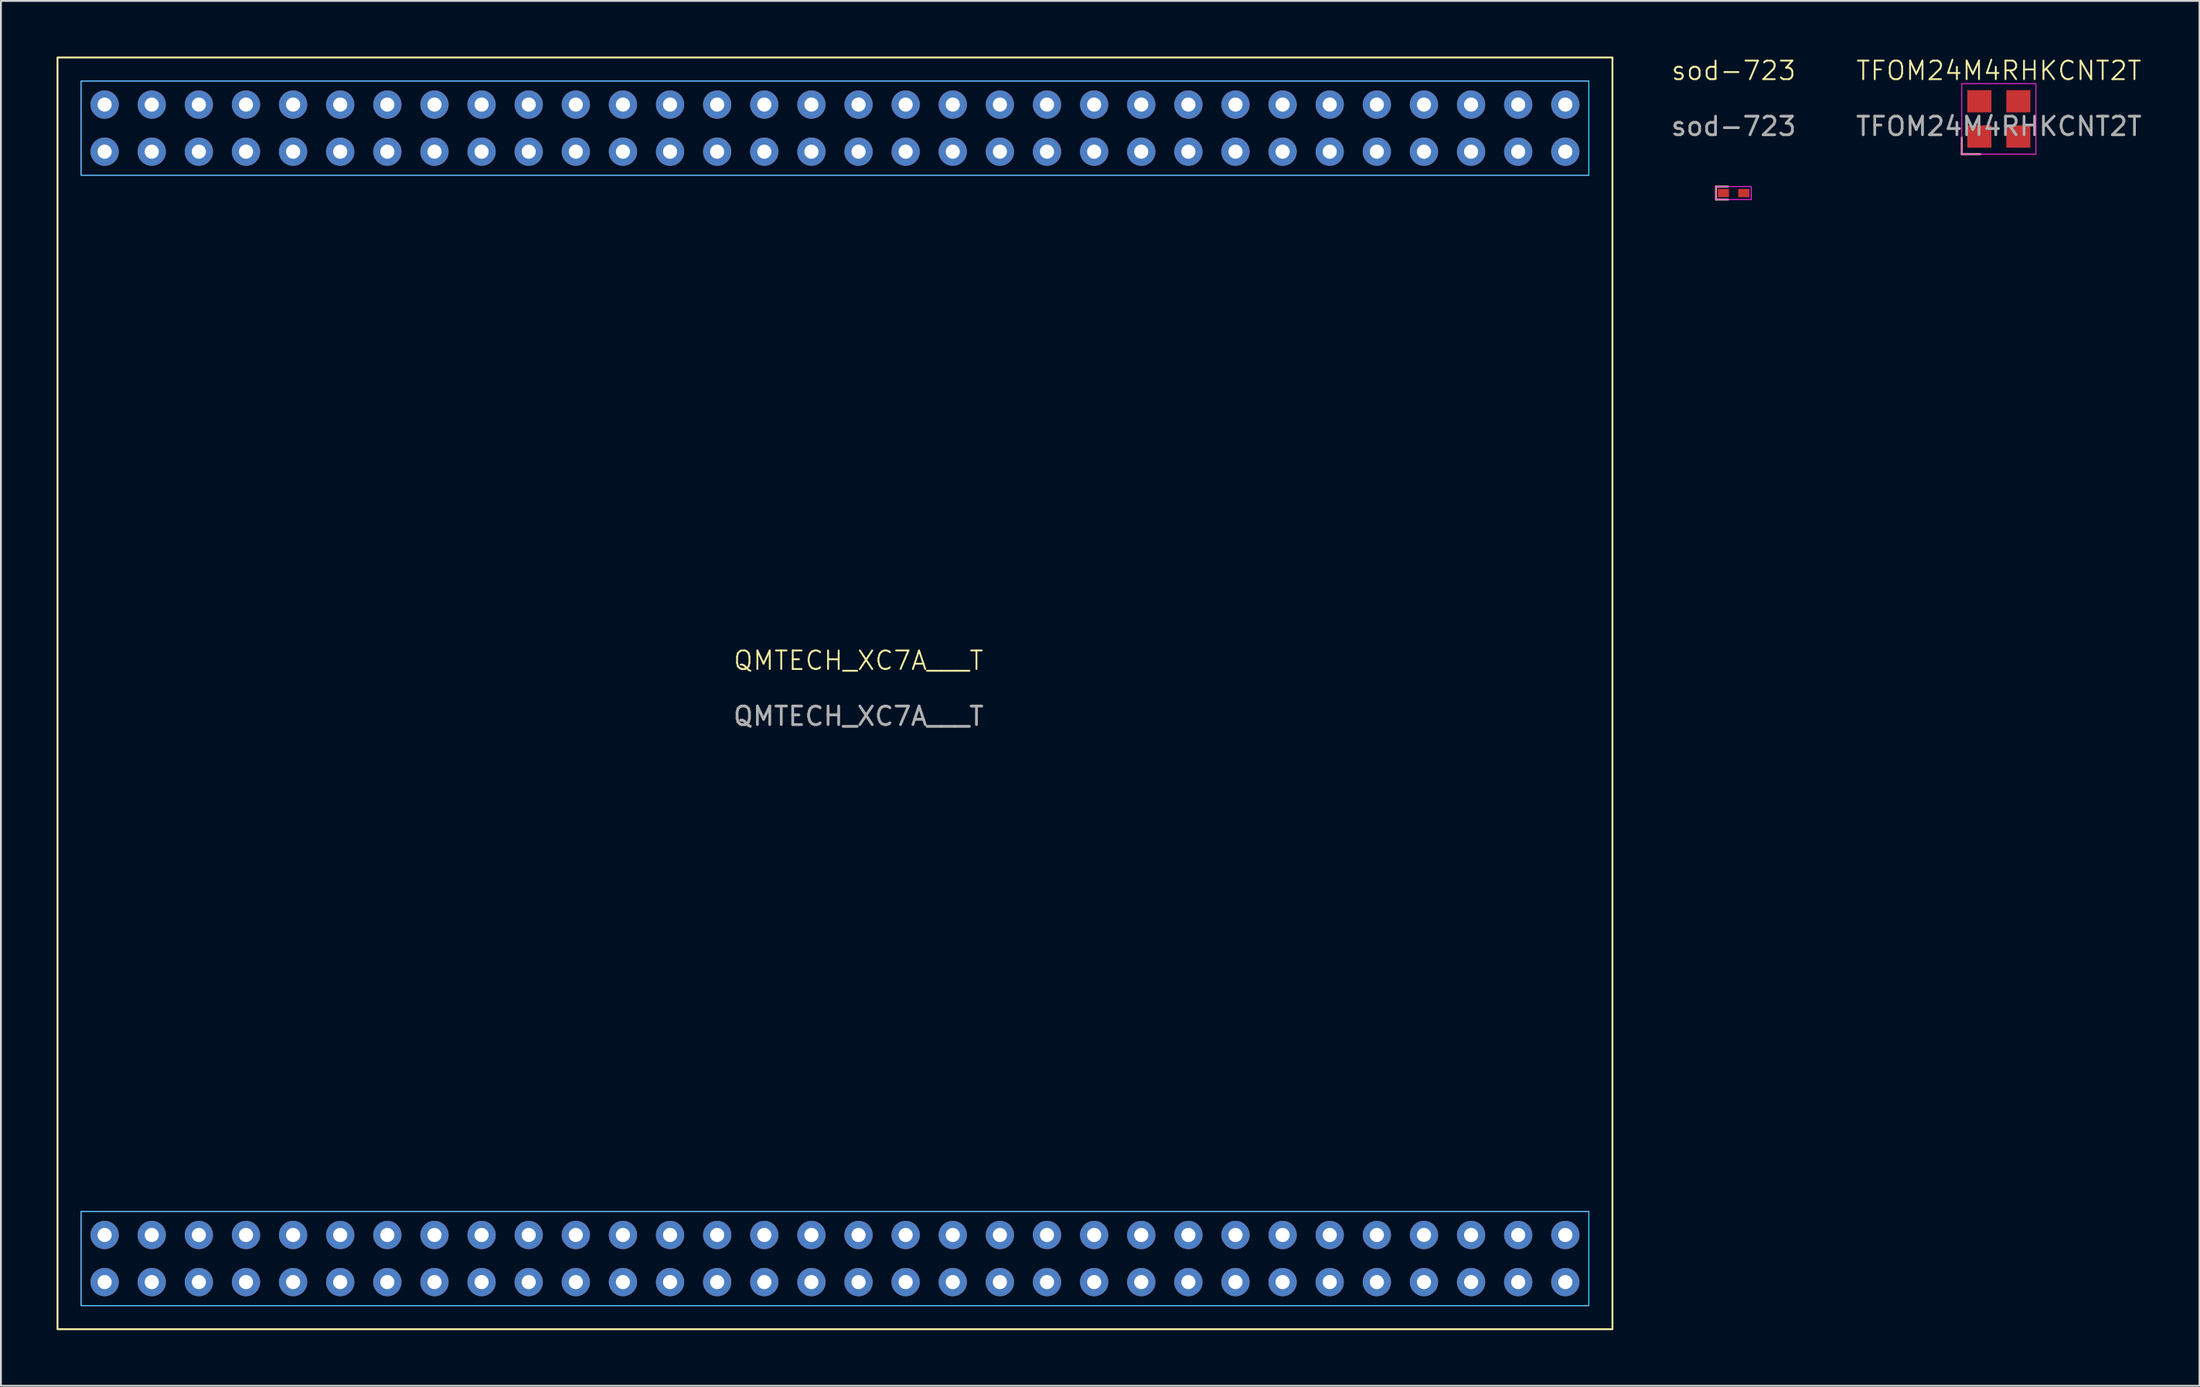
<source format=kicad_pcb>
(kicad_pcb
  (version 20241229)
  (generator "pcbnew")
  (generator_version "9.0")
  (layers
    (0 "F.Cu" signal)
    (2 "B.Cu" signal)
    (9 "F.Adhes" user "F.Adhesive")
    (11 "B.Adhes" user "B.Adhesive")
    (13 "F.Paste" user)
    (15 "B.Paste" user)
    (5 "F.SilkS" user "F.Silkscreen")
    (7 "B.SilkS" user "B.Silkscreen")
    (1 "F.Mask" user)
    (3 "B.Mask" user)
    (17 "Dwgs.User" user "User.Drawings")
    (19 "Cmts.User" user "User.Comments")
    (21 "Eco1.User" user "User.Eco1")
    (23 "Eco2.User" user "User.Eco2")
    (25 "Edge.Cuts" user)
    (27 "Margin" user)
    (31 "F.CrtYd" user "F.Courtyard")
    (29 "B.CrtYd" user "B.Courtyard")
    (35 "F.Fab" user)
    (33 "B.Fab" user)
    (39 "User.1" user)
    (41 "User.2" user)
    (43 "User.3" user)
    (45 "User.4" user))
  (footprint "TFOM24M4RHKCNT2T"
    (layer "F.Cu")
    (at 104.7 3.361)
    (property "Reference" "TFOM24M4RHKCNT2T" (at 0 -2.6 0) (unlocked yes) (layer "F.SilkS") (effects (font (size 1 1) (thickness 0.1))))
    (attr smd)
    (fp_line (start -2 1) (end -2 1.9) (stroke (width 0.1) (type default)) (layer "F.SilkS"))
    (fp_line (start -2 1.9) (end -1 1.9) (stroke (width 0.1) (type default)) (layer "F.SilkS"))
    (fp_rect (start -2 -1.9) (end 2 1.9) (stroke (width 0.05) (type default)) (fill no) (layer "F.CrtYd"))
    (fp_text user "${REFERENCE}" (at 0 0.4 0) (unlocked yes) (layer "F.Fab") (effects (font (size 1 1) (thickness 0.15))))
    (pad "1" smd rect (at -1.05 0.95) (size 1.3 1.2) (layers "F.Cu" "F.Mask" "F.Paste"))
    (pad "2" smd rect (at 1.05 0.95) (size 1.3 1.2) (layers "F.Cu" "F.Mask" "F.Paste"))
    (pad "3" smd rect (at 1.05 -0.95) (size 1.3 1.2) (layers "F.Cu" "F.Mask" "F.Paste"))
    (pad "4" smd rect (at -1.05 -0.95) (size 1.3 1.2) (layers "F.Cu" "F.Mask" "F.Paste")))
  (footprint "QMTECH_XC7A___T"
    (layer "F.Cu")
    (at 43.23 33.07)
    (property "Reference" "QMTECH_XC7A___T" (at 0 -0.5 0) (unlocked yes) (layer "F.SilkS") (effects (font (size 1 1) (thickness 0.1))))
    (attr through_hole)
    (fp_rect (start -43.18 -33.02) (end 40.64 35.56) (stroke (width 0.1) (type default)) (fill no) (layer "F.SilkS"))
    (fp_rect (start -41.91 -31.75) (end 39.37 -26.67) (stroke (width 0.05) (type default)) (fill no) (layer "B.CrtYd"))
    (fp_rect (start -41.91 29.21) (end 39.37 34.29) (stroke (width 0.05) (type default)) (fill no) (layer "B.CrtYd"))
    (fp_rect (start -41.91 -31.75) (end 39.37 -26.67) (stroke (width 0.05) (type default)) (fill no) (layer "F.CrtYd"))
    (fp_rect (start -41.91 29.21) (end 39.37 34.29) (stroke (width 0.05) (type default)) (fill no) (layer "F.CrtYd"))
    (fp_text user "${REFERENCE}" (at 0 2.5 0) (unlocked yes) (layer "F.Fab") (effects (font (size 1 1) (thickness 0.15))))
    (pad "1" thru_hole circle (at -40.64 -27.94) (size 1.524 1.524) (drill 0.762) (layers "*.Cu" "*.Mask"))
    (pad "2" thru_hole circle (at -40.64 -30.48) (size 1.524 1.524) (drill 0.762) (layers "*.Cu" "*.Mask"))
    (pad "3" thru_hole circle (at -38.1 -27.94) (size 1.524 1.524) (drill 0.762) (layers "*.Cu" "*.Mask"))
    (pad "4" thru_hole circle (at -38.1 -30.48) (size 1.524 1.524) (drill 0.762) (layers "*.Cu" "*.Mask"))
    (pad "5" thru_hole circle (at -35.56 -27.94) (size 1.524 1.524) (drill 0.762) (layers "*.Cu" "*.Mask"))
    (pad "6" thru_hole circle (at -35.56 -30.48) (size 1.524 1.524) (drill 0.762) (layers "*.Cu" "*.Mask"))
    (pad "7" thru_hole circle (at -33.02 -27.94) (size 1.524 1.524) (drill 0.762) (layers "*.Cu" "*.Mask"))
    (pad "8" thru_hole circle (at -33.02 -30.48) (size 1.524 1.524) (drill 0.762) (layers "*.Cu" "*.Mask"))
    (pad "9" thru_hole circle (at -30.48 -27.94) (size 1.524 1.524) (drill 0.762) (layers "*.Cu" "*.Mask"))
    (pad "10" thru_hole circle (at -30.48 -30.48) (size 1.524 1.524) (drill 0.762) (layers "*.Cu" "*.Mask"))
    (pad "11" thru_hole circle (at -27.94 -27.94) (size 1.524 1.524) (drill 0.762) (layers "*.Cu" "*.Mask"))
    (pad "12" thru_hole circle (at -27.94 -30.48) (size 1.524 1.524) (drill 0.762) (layers "*.Cu" "*.Mask"))
    (pad "13" thru_hole circle (at -25.4 -27.94) (size 1.524 1.524) (drill 0.762) (layers "*.Cu" "*.Mask"))
    (pad "14" thru_hole circle (at -25.4 -30.48) (size 1.524 1.524) (drill 0.762) (layers "*.Cu" "*.Mask"))
    (pad "15" thru_hole circle (at -22.86 -27.94) (size 1.524 1.524) (drill 0.762) (layers "*.Cu" "*.Mask"))
    (pad "16" thru_hole circle (at -22.86 -30.48) (size 1.524 1.524) (drill 0.762) (layers "*.Cu" "*.Mask"))
    (pad "17" thru_hole circle (at -20.32 -27.94) (size 1.524 1.524) (drill 0.762) (layers "*.Cu" "*.Mask"))
    (pad "18" thru_hole circle (at -20.32 -30.48) (size 1.524 1.524) (drill 0.762) (layers "*.Cu" "*.Mask"))
    (pad "19" thru_hole circle (at -17.78 -27.94) (size 1.524 1.524) (drill 0.762) (layers "*.Cu" "*.Mask"))
    (pad "20" thru_hole circle (at -17.78 -30.48) (size 1.524 1.524) (drill 0.762) (layers "*.Cu" "*.Mask"))
    (pad "21" thru_hole circle (at -15.24 -27.94) (size 1.524 1.524) (drill 0.762) (layers "*.Cu" "*.Mask"))
    (pad "22" thru_hole circle (at -15.24 -30.48) (size 1.524 1.524) (drill 0.762) (layers "*.Cu" "*.Mask"))
    (pad "23" thru_hole circle (at -12.7 -27.94) (size 1.524 1.524) (drill 0.762) (layers "*.Cu" "*.Mask"))
    (pad "24" thru_hole circle (at -12.7 -30.48) (size 1.524 1.524) (drill 0.762) (layers "*.Cu" "*.Mask"))
    (pad "25" thru_hole circle (at -10.16 -27.94) (size 1.524 1.524) (drill 0.762) (layers "*.Cu" "*.Mask"))
    (pad "26" thru_hole circle (at -10.16 -30.48) (size 1.524 1.524) (drill 0.762) (layers "*.Cu" "*.Mask"))
    (pad "27" thru_hole circle (at -7.62 -27.94) (size 1.524 1.524) (drill 0.762) (layers "*.Cu" "*.Mask"))
    (pad "28" thru_hole circle (at -7.62 -30.48) (size 1.524 1.524) (drill 0.762) (layers "*.Cu" "*.Mask"))
    (pad "29" thru_hole circle (at -5.08 -27.94) (size 1.524 1.524) (drill 0.762) (layers "*.Cu" "*.Mask"))
    (pad "30" thru_hole circle (at -5.08 -30.48) (size 1.524 1.524) (drill 0.762) (layers "*.Cu" "*.Mask"))
    (pad "31" thru_hole circle (at -2.54 -27.94) (size 1.524 1.524) (drill 0.762) (layers "*.Cu" "*.Mask"))
    (pad "32" thru_hole circle (at -2.54 -30.48) (size 1.524 1.524) (drill 0.762) (layers "*.Cu" "*.Mask"))
    (pad "33" thru_hole circle (at 0 -27.94) (size 1.524 1.524) (drill 0.762) (layers "*.Cu" "*.Mask"))
    (pad "34" thru_hole circle (at 0 -30.48) (size 1.524 1.524) (drill 0.762) (layers "*.Cu" "*.Mask"))
    (pad "35" thru_hole circle (at 2.54 -27.94) (size 1.524 1.524) (drill 0.762) (layers "*.Cu" "*.Mask"))
    (pad "36" thru_hole circle (at 2.54 -30.48) (size 1.524 1.524) (drill 0.762) (layers "*.Cu" "*.Mask"))
    (pad "37" thru_hole circle (at 5.08 -27.94) (size 1.524 1.524) (drill 0.762) (layers "*.Cu" "*.Mask"))
    (pad "38" thru_hole circle (at 5.08 -30.48) (size 1.524 1.524) (drill 0.762) (layers "*.Cu" "*.Mask"))
    (pad "39" thru_hole circle (at 7.62 -27.94) (size 1.524 1.524) (drill 0.762) (layers "*.Cu" "*.Mask"))
    (pad "40" thru_hole circle (at 7.62 -30.48) (size 1.524 1.524) (drill 0.762) (layers "*.Cu" "*.Mask"))
    (pad "41" thru_hole circle (at 10.16 -27.94) (size 1.524 1.524) (drill 0.762) (layers "*.Cu" "*.Mask"))
    (pad "42" thru_hole circle (at 10.16 -30.48) (size 1.524 1.524) (drill 0.762) (layers "*.Cu" "*.Mask"))
    (pad "43" thru_hole circle (at 12.7 -27.94) (size 1.524 1.524) (drill 0.762) (layers "*.Cu" "*.Mask"))
    (pad "44" thru_hole circle (at 12.7 -30.48) (size 1.524 1.524) (drill 0.762) (layers "*.Cu" "*.Mask"))
    (pad "45" thru_hole circle (at 15.24 -27.94) (size 1.524 1.524) (drill 0.762) (layers "*.Cu" "*.Mask"))
    (pad "46" thru_hole circle (at 15.24 -30.48) (size 1.524 1.524) (drill 0.762) (layers "*.Cu" "*.Mask"))
    (pad "47" thru_hole circle (at 17.78 -27.94) (size 1.524 1.524) (drill 0.762) (layers "*.Cu" "*.Mask"))
    (pad "48" thru_hole circle (at 17.78 -30.48) (size 1.524 1.524) (drill 0.762) (layers "*.Cu" "*.Mask"))
    (pad "49" thru_hole circle (at 20.32 -27.94) (size 1.524 1.524) (drill 0.762) (layers "*.Cu" "*.Mask"))
    (pad "50" thru_hole circle (at 20.32 -30.48) (size 1.524 1.524) (drill 0.762) (layers "*.Cu" "*.Mask"))
    (pad "51" thru_hole circle (at 22.86 -27.94) (size 1.524 1.524) (drill 0.762) (layers "*.Cu" "*.Mask"))
    (pad "52" thru_hole circle (at 22.86 -30.48) (size 1.524 1.524) (drill 0.762) (layers "*.Cu" "*.Mask"))
    (pad "53" thru_hole circle (at 25.4 -27.94) (size 1.524 1.524) (drill 0.762) (layers "*.Cu" "*.Mask"))
    (pad "54" thru_hole circle (at 25.4 -30.48) (size 1.524 1.524) (drill 0.762) (layers "*.Cu" "*.Mask"))
    (pad "55" thru_hole circle (at 27.94 -27.94) (size 1.524 1.524) (drill 0.762) (layers "*.Cu" "*.Mask"))
    (pad "56" thru_hole circle (at 27.94 -30.48) (size 1.524 1.524) (drill 0.762) (layers "*.Cu" "*.Mask"))
    (pad "57" thru_hole circle (at 30.48 -27.94) (size 1.524 1.524) (drill 0.762) (layers "*.Cu" "*.Mask"))
    (pad "58" thru_hole circle (at 30.48 -30.48) (size 1.524 1.524) (drill 0.762) (layers "*.Cu" "*.Mask"))
    (pad "59" thru_hole circle (at 33.02 -27.94) (size 1.524 1.524) (drill 0.762) (layers "*.Cu" "*.Mask"))
    (pad "60" thru_hole circle (at 33.02 -30.48) (size 1.524 1.524) (drill 0.762) (layers "*.Cu" "*.Mask"))
    (pad "61" thru_hole circle (at 35.56 -27.94) (size 1.524 1.524) (drill 0.762) (layers "*.Cu" "*.Mask"))
    (pad "62" thru_hole circle (at 35.56 -30.48) (size 1.524 1.524) (drill 0.762) (layers "*.Cu" "*.Mask"))
    (pad "63" thru_hole circle (at 38.1 -27.94) (size 1.524 1.524) (drill 0.762) (layers "*.Cu" "*.Mask"))
    (pad "64" thru_hole circle (at 38.1 -30.48) (size 1.524 1.524) (drill 0.762) (layers "*.Cu" "*.Mask"))
    (pad "65" thru_hole circle (at -40.64 33.02) (size 1.524 1.524) (drill 0.762) (layers "*.Cu" "*.Mask"))
    (pad "66" thru_hole circle (at -40.64 30.48) (size 1.524 1.524) (drill 0.762) (layers "*.Cu" "*.Mask"))
    (pad "67" thru_hole circle (at -38.1 33.02) (size 1.524 1.524) (drill 0.762) (layers "*.Cu" "*.Mask"))
    (pad "68" thru_hole circle (at -38.1 30.48) (size 1.524 1.524) (drill 0.762) (layers "*.Cu" "*.Mask"))
    (pad "69" thru_hole circle (at -35.56 33.02) (size 1.524 1.524) (drill 0.762) (layers "*.Cu" "*.Mask"))
    (pad "70" thru_hole circle (at -35.56 30.48) (size 1.524 1.524) (drill 0.762) (layers "*.Cu" "*.Mask"))
    (pad "71" thru_hole circle (at -33.02 33.02) (size 1.524 1.524) (drill 0.762) (layers "*.Cu" "*.Mask"))
    (pad "72" thru_hole circle (at -33.02 30.48) (size 1.524 1.524) (drill 0.762) (layers "*.Cu" "*.Mask"))
    (pad "73" thru_hole circle (at -30.48 33.02) (size 1.524 1.524) (drill 0.762) (layers "*.Cu" "*.Mask"))
    (pad "74" thru_hole circle (at -30.48 30.48) (size 1.524 1.524) (drill 0.762) (layers "*.Cu" "*.Mask"))
    (pad "75" thru_hole circle (at -27.94 33.02) (size 1.524 1.524) (drill 0.762) (layers "*.Cu" "*.Mask"))
    (pad "76" thru_hole circle (at -27.94 30.48) (size 1.524 1.524) (drill 0.762) (layers "*.Cu" "*.Mask"))
    (pad "77" thru_hole circle (at -25.4 33.02) (size 1.524 1.524) (drill 0.762) (layers "*.Cu" "*.Mask"))
    (pad "78" thru_hole circle (at -25.4 30.48) (size 1.524 1.524) (drill 0.762) (layers "*.Cu" "*.Mask"))
    (pad "79" thru_hole circle (at -22.86 33.02) (size 1.524 1.524) (drill 0.762) (layers "*.Cu" "*.Mask"))
    (pad "80" thru_hole circle (at -22.86 30.48) (size 1.524 1.524) (drill 0.762) (layers "*.Cu" "*.Mask"))
    (pad "81" thru_hole circle (at -20.32 33.02) (size 1.524 1.524) (drill 0.762) (layers "*.Cu" "*.Mask"))
    (pad "82" thru_hole circle (at -20.32 30.48) (size 1.524 1.524) (drill 0.762) (layers "*.Cu" "*.Mask"))
    (pad "83" thru_hole circle (at -17.78 33.02) (size 1.524 1.524) (drill 0.762) (layers "*.Cu" "*.Mask"))
    (pad "84" thru_hole circle (at -17.78 30.48) (size 1.524 1.524) (drill 0.762) (layers "*.Cu" "*.Mask"))
    (pad "85" thru_hole circle (at -15.24 33.02) (size 1.524 1.524) (drill 0.762) (layers "*.Cu" "*.Mask"))
    (pad "86" thru_hole circle (at -15.24 30.48) (size 1.524 1.524) (drill 0.762) (layers "*.Cu" "*.Mask"))
    (pad "87" thru_hole circle (at -12.7 33.02) (size 1.524 1.524) (drill 0.762) (layers "*.Cu" "*.Mask"))
    (pad "88" thru_hole circle (at -12.7 30.48) (size 1.524 1.524) (drill 0.762) (layers "*.Cu" "*.Mask"))
    (pad "89" thru_hole circle (at -10.16 33.02) (size 1.524 1.524) (drill 0.762) (layers "*.Cu" "*.Mask"))
    (pad "90" thru_hole circle (at -10.16 30.48) (size 1.524 1.524) (drill 0.762) (layers "*.Cu" "*.Mask"))
    (pad "91" thru_hole circle (at -7.62 33.02) (size 1.524 1.524) (drill 0.762) (layers "*.Cu" "*.Mask"))
    (pad "92" thru_hole circle (at -7.62 30.48) (size 1.524 1.524) (drill 0.762) (layers "*.Cu" "*.Mask"))
    (pad "93" thru_hole circle (at -5.08 33.02) (size 1.524 1.524) (drill 0.762) (layers "*.Cu" "*.Mask"))
    (pad "94" thru_hole circle (at -5.08 30.48) (size 1.524 1.524) (drill 0.762) (layers "*.Cu" "*.Mask"))
    (pad "95" thru_hole circle (at -2.54 33.02) (size 1.524 1.524) (drill 0.762) (layers "*.Cu" "*.Mask"))
    (pad "96" thru_hole circle (at -2.54 30.48) (size 1.524 1.524) (drill 0.762) (layers "*.Cu" "*.Mask"))
    (pad "97" thru_hole circle (at 0 33.02) (size 1.524 1.524) (drill 0.762) (layers "*.Cu" "*.Mask"))
    (pad "98" thru_hole circle (at 0 30.48) (size 1.524 1.524) (drill 0.762) (layers "*.Cu" "*.Mask"))
    (pad "99" thru_hole circle (at 2.54 33.02) (size 1.524 1.524) (drill 0.762) (layers "*.Cu" "*.Mask"))
    (pad "100" thru_hole circle (at 2.54 30.48) (size 1.524 1.524) (drill 0.762) (layers "*.Cu" "*.Mask"))
    (pad "101" thru_hole circle (at 5.08 33.02) (size 1.524 1.524) (drill 0.762) (layers "*.Cu" "*.Mask"))
    (pad "102" thru_hole circle (at 5.08 30.48) (size 1.524 1.524) (drill 0.762) (layers "*.Cu" "*.Mask"))
    (pad "103" thru_hole circle (at 7.62 33.02) (size 1.524 1.524) (drill 0.762) (layers "*.Cu" "*.Mask"))
    (pad "104" thru_hole circle (at 7.62 30.48) (size 1.524 1.524) (drill 0.762) (layers "*.Cu" "*.Mask"))
    (pad "105" thru_hole circle (at 10.16 33.02) (size 1.524 1.524) (drill 0.762) (layers "*.Cu" "*.Mask"))
    (pad "106" thru_hole circle (at 10.16 30.48) (size 1.524 1.524) (drill 0.762) (layers "*.Cu" "*.Mask"))
    (pad "107" thru_hole circle (at 12.7 33.02) (size 1.524 1.524) (drill 0.762) (layers "*.Cu" "*.Mask"))
    (pad "108" thru_hole circle (at 12.7 30.48) (size 1.524 1.524) (drill 0.762) (layers "*.Cu" "*.Mask"))
    (pad "109" thru_hole circle (at 15.24 33.02) (size 1.524 1.524) (drill 0.762) (layers "*.Cu" "*.Mask"))
    (pad "110" thru_hole circle (at 15.24 30.48) (size 1.524 1.524) (drill 0.762) (layers "*.Cu" "*.Mask"))
    (pad "111" thru_hole circle (at 17.78 33.02) (size 1.524 1.524) (drill 0.762) (layers "*.Cu" "*.Mask"))
    (pad "112" thru_hole circle (at 17.78 30.48) (size 1.524 1.524) (drill 0.762) (layers "*.Cu" "*.Mask"))
    (pad "113" thru_hole circle (at 20.32 33.02) (size 1.524 1.524) (drill 0.762) (layers "*.Cu" "*.Mask"))
    (pad "114" thru_hole circle (at 20.32 30.48) (size 1.524 1.524) (drill 0.762) (layers "*.Cu" "*.Mask"))
    (pad "115" thru_hole circle (at 22.86 33.02) (size 1.524 1.524) (drill 0.762) (layers "*.Cu" "*.Mask"))
    (pad "116" thru_hole circle (at 22.86 30.48) (size 1.524 1.524) (drill 0.762) (layers "*.Cu" "*.Mask"))
    (pad "117" thru_hole circle (at 25.4 33.02) (size 1.524 1.524) (drill 0.762) (layers "*.Cu" "*.Mask"))
    (pad "118" thru_hole circle (at 25.4 30.48) (size 1.524 1.524) (drill 0.762) (layers "*.Cu" "*.Mask"))
    (pad "119" thru_hole circle (at 27.94 33.02) (size 1.524 1.524) (drill 0.762) (layers "*.Cu" "*.Mask"))
    (pad "120" thru_hole circle (at 27.94 30.48) (size 1.524 1.524) (drill 0.762) (layers "*.Cu" "*.Mask"))
    (pad "121" thru_hole circle (at 30.48 33.02) (size 1.524 1.524) (drill 0.762) (layers "*.Cu" "*.Mask"))
    (pad "122" thru_hole circle (at 30.48 30.48) (size 1.524 1.524) (drill 0.762) (layers "*.Cu" "*.Mask"))
    (pad "123" thru_hole circle (at 33.02 33.02) (size 1.524 1.524) (drill 0.762) (layers "*.Cu" "*.Mask"))
    (pad "124" thru_hole circle (at 33.02 30.48) (size 1.524 1.524) (drill 0.762) (layers "*.Cu" "*.Mask"))
    (pad "125" thru_hole circle (at 35.56 33.02) (size 1.524 1.524) (drill 0.762) (layers "*.Cu" "*.Mask"))
    (pad "126" thru_hole circle (at 35.56 30.48) (size 1.524 1.524) (drill 0.762) (layers "*.Cu" "*.Mask"))
    (pad "127" thru_hole circle (at 38.1 33.02) (size 1.524 1.524) (drill 0.762) (layers "*.Cu" "*.Mask"))
    (pad "128" thru_hole circle (at 38.1 30.48) (size 1.524 1.524) (drill 0.762) (layers "*.Cu" "*.Mask")))
  (footprint "sod-723"
    (layer "F.Cu")
    (at 90.402 7.361)
    (property "Reference" "sod-723" (at 0 -6.6 0) (unlocked yes) (layer "F.SilkS") (effects (font (size 1 1) (thickness 0.1))))
    (attr smd)
    (fp_line (start -0.95 -0.35) (end -0.95 0.35) (stroke (width 0.1) (type default)) (layer "F.SilkS"))
    (fp_line (start -0.95 0.35) (end -0.3 0.35) (stroke (width 0.1) (type default)) (layer "F.SilkS"))
    (fp_line (start -0.3 -0.35) (end -0.95 -0.35) (stroke (width 0.1) (type default)) (layer "F.SilkS"))
    (fp_rect (start -0.95 -0.35) (end 0.95 0.35) (stroke (width 0.05) (type default)) (fill no) (layer "F.CrtYd"))
    (fp_text user "${REFERENCE}" (at 0 -3.6 0) (unlocked yes) (layer "F.Fab") (effects (font (size 1 1) (thickness 0.15))))
    (pad "1" smd rect (at -0.55 0) (size 0.6 0.45) (layers "F.Cu" "F.Mask" "F.Paste"))
    (pad "2" smd rect (at 0.55 0) (size 0.6 0.45) (layers "F.Cu" "F.Mask" "F.Paste")))
  (gr_rect
    (start -3 -3)
    (end 115.515 71.68)
    (stroke (width 0.1) (type default))
    (fill no)
    (layer "Edge.Cuts")))
</source>
